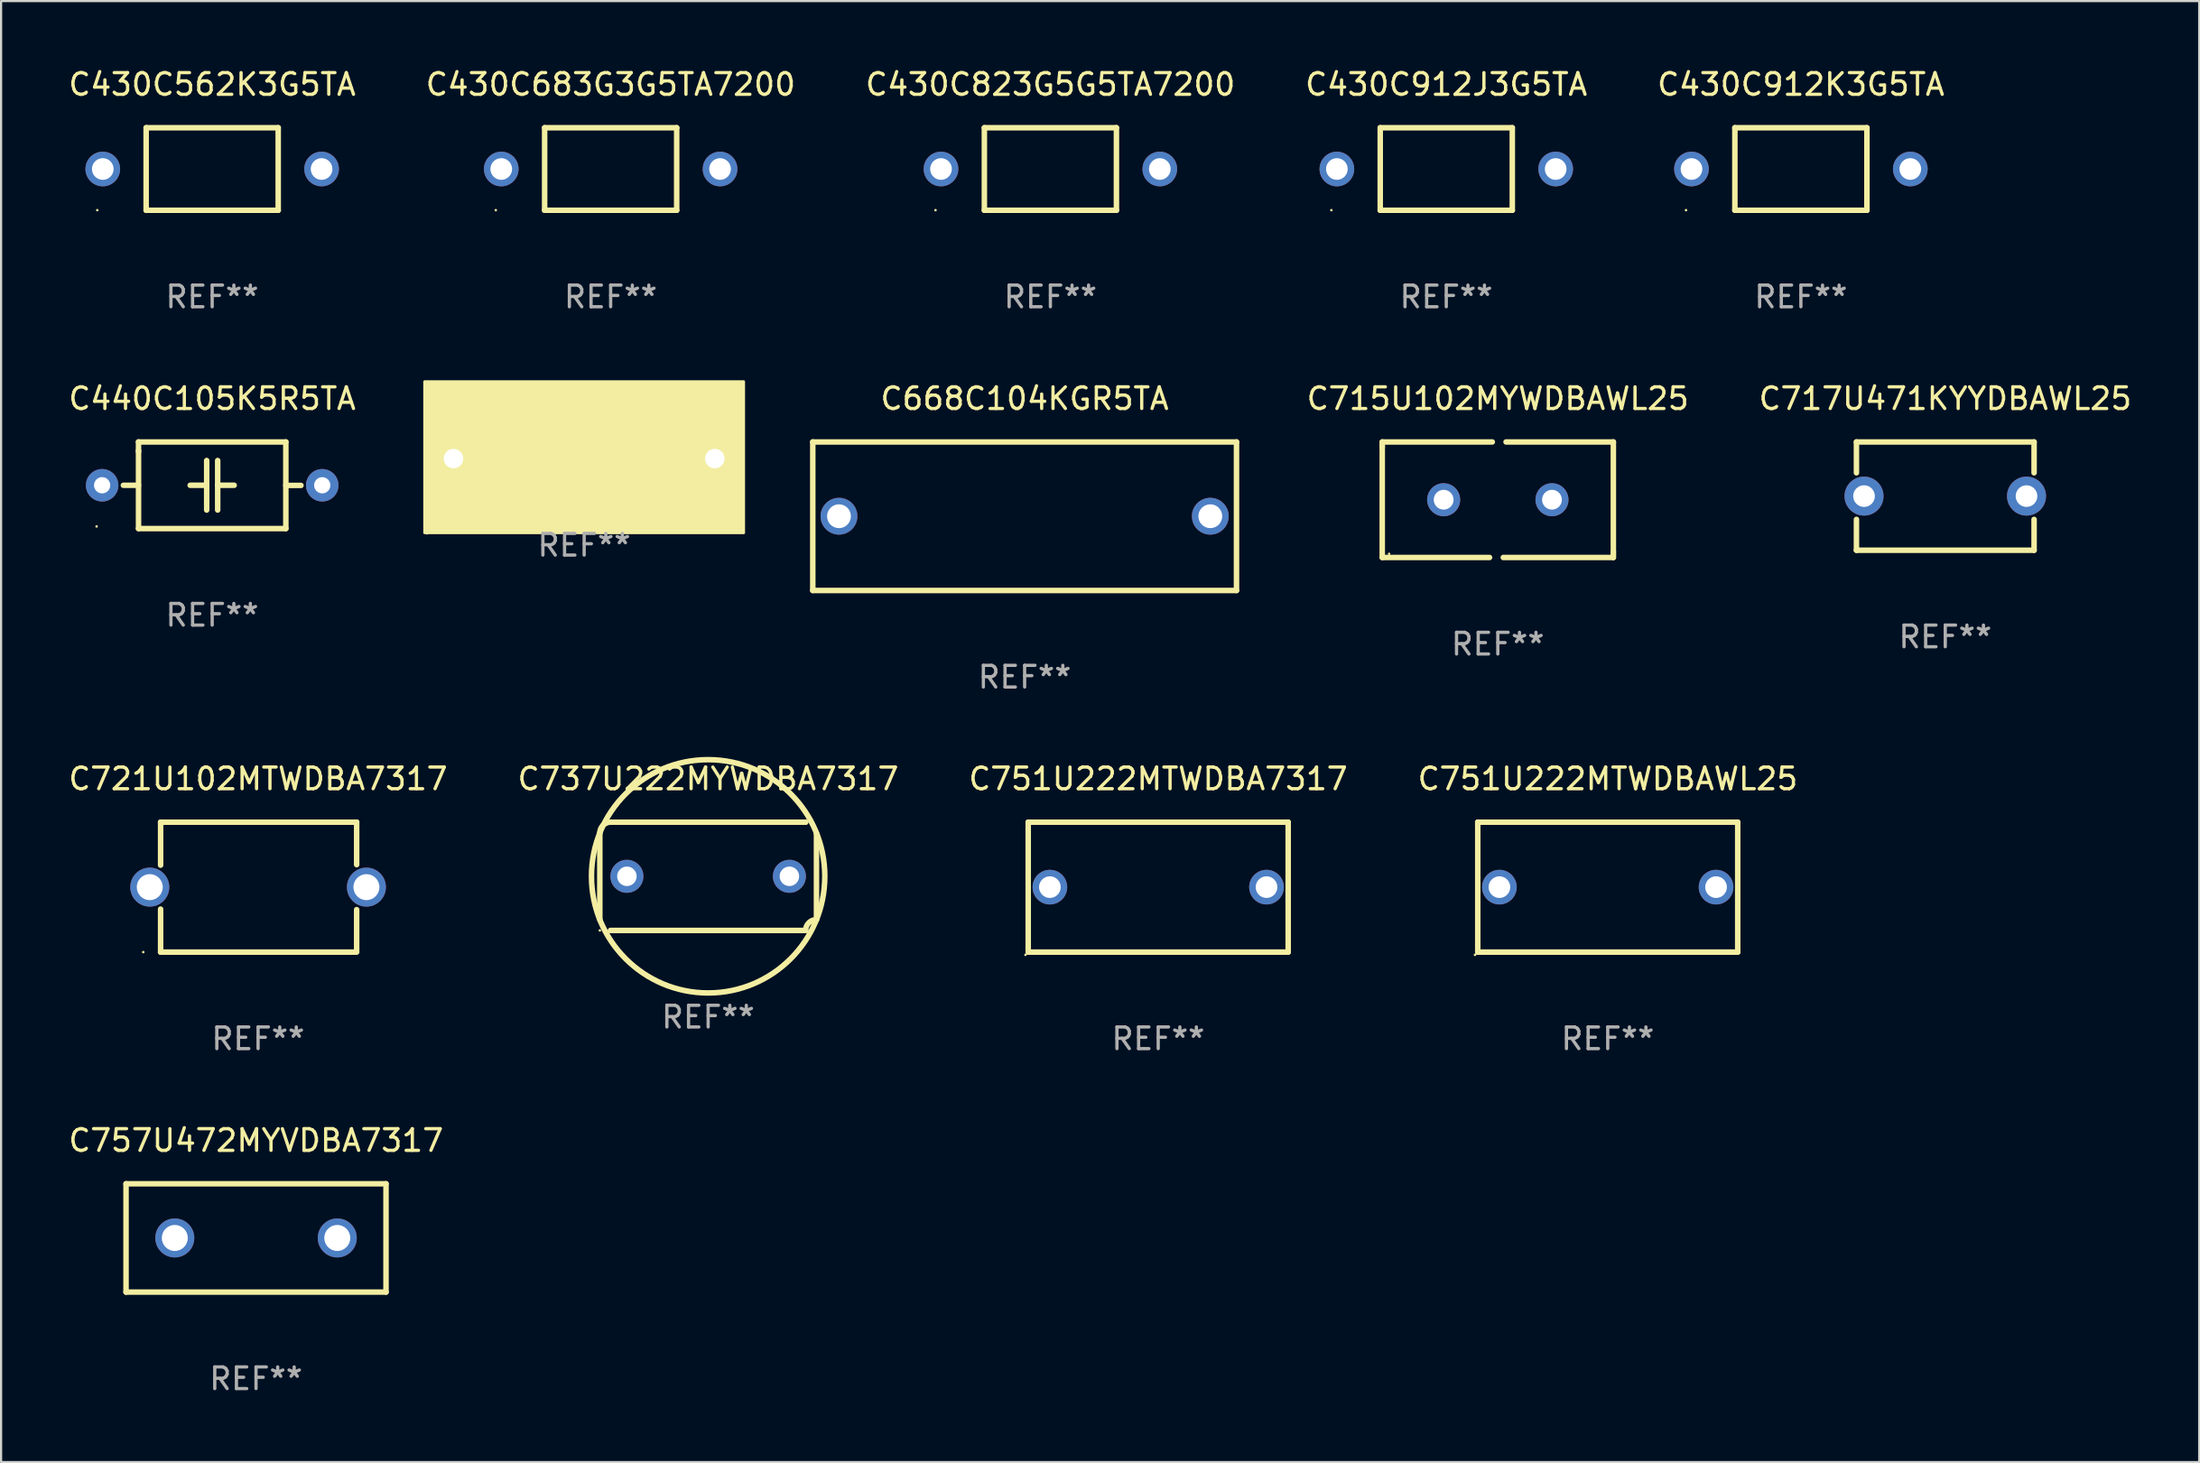
<source format=kicad_pcb>
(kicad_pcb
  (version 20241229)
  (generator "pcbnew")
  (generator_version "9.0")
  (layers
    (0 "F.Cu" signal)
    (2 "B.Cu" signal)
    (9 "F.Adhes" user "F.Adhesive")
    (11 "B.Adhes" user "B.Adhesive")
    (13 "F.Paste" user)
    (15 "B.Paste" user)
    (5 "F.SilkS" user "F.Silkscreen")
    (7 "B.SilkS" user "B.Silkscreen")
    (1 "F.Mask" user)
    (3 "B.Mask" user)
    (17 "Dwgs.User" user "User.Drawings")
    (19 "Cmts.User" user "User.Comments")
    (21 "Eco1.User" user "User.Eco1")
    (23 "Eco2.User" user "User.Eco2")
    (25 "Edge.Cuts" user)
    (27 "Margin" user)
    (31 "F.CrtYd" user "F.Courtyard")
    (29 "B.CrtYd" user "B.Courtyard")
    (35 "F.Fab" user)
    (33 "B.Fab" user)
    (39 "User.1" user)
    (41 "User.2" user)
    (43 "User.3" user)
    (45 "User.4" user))
  (footprint "C717U471KYYDBAWL25"
    (layer "F.Cu")
    (at 86.741 19.855)
    (property "Reference" "C717U471KYYDBAWL25" (at 0 -4.5 0) (layer "F.SilkS") (effects (font (size 1 1) (thickness 0.15))))
    (attr through_hole)
    (fp_line (start -4.1 -2.5) (end -4.1 -1.076) (stroke (width 0.254) (type solid)) (layer "F.SilkS"))
    (fp_line (start -4.1 -2.5) (end 4.1 -2.5) (stroke (width 0.254) (type solid)) (layer "F.SilkS"))
    (fp_line (start -4.1 1.076) (end -4.1 2.5) (stroke (width 0.254) (type solid)) (layer "F.SilkS"))
    (fp_line (start -4.1 2.5) (end 4.1 2.5) (stroke (width 0.254) (type solid)) (layer "F.SilkS"))
    (fp_line (start 4.1 -2.5) (end 4.1 -1.076) (stroke (width 0.254) (type solid)) (layer "F.SilkS"))
    (fp_line (start 4.1 1.076) (end 4.1 2.5) (stroke (width 0.254) (type solid)) (layer "F.SilkS"))
    (fp_circle (center -4.1 2.5) (end -4.07 2.5) (stroke (width 0.06) (type solid)) (fill no) (layer "F.SilkS"))
    (fp_text user "REF**" (at 0 6.5 0) (layer "F.Fab") (effects (font (size 1 1) (thickness 0.15))))
    (pad "1" thru_hole circle (at -3.75 0) (size 1.8 1.8) (drill 1) (layers "*.Cu" "*.Mask"))
    (pad "2" thru_hole circle (at 3.75 0) (size 1.8 1.8) (drill 1) (layers "*.Cu" "*.Mask")))
  (footprint "C668C104KGR5TA"
    (layer "F.Cu")
    (at 44.246 20.784)
    (property "Reference" "C668C104KGR5TA" (at 0 -5.429 0) (layer "F.SilkS") (effects (font (size 1 1) (thickness 0.15))))
    (attr through_hole)
    (fp_line (start -9.779 -3.429) (end 9.779 -3.429) (stroke (width 0.254) (type solid)) (layer "F.SilkS"))
    (fp_line (start -9.779 3.429) (end -9.779 -3.429) (stroke (width 0.254) (type solid)) (layer "F.SilkS"))
    (fp_line (start 9.779 -3.429) (end 9.779 3.429) (stroke (width 0.254) (type solid)) (layer "F.SilkS"))
    (fp_line (start 9.779 3.429) (end -9.779 3.429) (stroke (width 0.254) (type solid)) (layer "F.SilkS"))
    (fp_circle (center -9.8 3.45) (end -9.77 3.45) (stroke (width 0.06) (type solid)) (fill no) (layer "F.SilkS"))
    (fp_text user "REF**" (at 0 7.429 0) (layer "F.Fab") (effects (font (size 1 1) (thickness 0.15))))
    (pad "1" thru_hole circle (at -8.57 0) (size 1.7 1.7) (drill 1.1) (layers "*.Cu" "*.Mask"))
    (pad "2" thru_hole circle (at 8.57 0) (size 1.7 1.7) (drill 1.1) (layers "*.Cu" "*.Mask")))
  (footprint "C715U102MYWDBAWL25"
    (layer "F.Cu")
    (at 66.087 20.022)
    (property "Reference" "C715U102MYWDBAWL25" (at 0 -4.667 0) (layer "F.SilkS") (effects (font (size 1 1) (thickness 0.15))))
    (attr through_hole)
    (fp_line (start -5.334 -2.667) (end -0.254 -2.667) (stroke (width 0.254) (type solid)) (layer "F.SilkS"))
    (fp_line (start -5.334 -2.54) (end -5.334 -2.667) (stroke (width 0.254) (type solid)) (layer "F.SilkS"))
    (fp_line (start -5.334 -2.413) (end -5.334 -2.54) (stroke (width 0.254) (type solid)) (layer "F.SilkS"))
    (fp_line (start -5.334 2.667) (end -5.334 -2.413) (stroke (width 0.254) (type solid)) (layer "F.SilkS"))
    (fp_line (start -0.381 2.667) (end -5.334 2.667) (stroke (width 0.254) (type solid)) (layer "F.SilkS"))
    (fp_line (start 0.381 -2.667) (end 5.334 -2.667) (stroke (width 0.254) (type solid)) (layer "F.SilkS"))
    (fp_line (start 5.334 -2.667) (end 5.334 2.413) (stroke (width 0.254) (type solid)) (layer "F.SilkS"))
    (fp_line (start 5.334 2.413) (end 5.334 2.54) (stroke (width 0.254) (type solid)) (layer "F.SilkS"))
    (fp_line (start 5.334 2.54) (end 5.334 2.667) (stroke (width 0.254) (type solid)) (layer "F.SilkS"))
    (fp_line (start 5.334 2.667) (end 0.254 2.667) (stroke (width 0.254) (type solid)) (layer "F.SilkS"))
    (fp_circle (center -5.017 2.5) (end -4.987 2.5) (stroke (width 0.06) (type solid)) (fill no) (layer "F.SilkS"))
    (fp_text user "REF**" (at 0 6.667 0) (layer "F.Fab") (effects (font (size 1 1) (thickness 0.15))))
    (pad "1" thru_hole circle (at -2.5 0) (size 1.524 1.524) (drill 0.914) (layers "*.Cu" "*.Mask"))
    (pad "2" thru_hole circle (at 2.5 0) (size 1.524 1.524) (drill 0.914) (layers "*.Cu" "*.Mask")))
  (footprint "C647C105KCR5TA"
    (layer "F.Cu")
    (at 23.914 18.123)
    (property "Reference" "C647C105KCR5TA" (at 0 -2 0) (layer "F.SilkS") (effects (font (size 1 1) (thickness 0.15))))
    (attr through_hole)
    (fp_circle (center -7.25 3.45) (end -7.22 3.45) (stroke (width 0.06) (type solid)) (fill no) (layer "F.SilkS"))
    (fp_poly (pts (xy -7.366 -3.556) (xy 7.366 -3.556) (xy 7.366 3.429) (xy -7.366 3.429)) (stroke (width 0.12) (type solid)) (fill yes) (layer "F.SilkS"))
    (fp_text user "REF**" (at 0 4 0) (layer "F.Fab") (effects (font (size 1 1) (thickness 0.15))))
    (pad "1" thru_hole circle (at -6.03 0) (size 1.5 1.5) (drill 0.9) (layers "*.Cu" "*.Mask"))
    (pad "2" thru_hole circle (at 6.03 0) (size 1.5 1.5) (drill 0.9) (layers "*.Cu" "*.Mask")))
  (footprint "C721U102MTWDBA7317"
    (layer "F.Cu")
    (at 8.863 37.909)
    (property "Reference" "C721U102MTWDBA7317" (at 0 -5 0) (layer "F.SilkS") (effects (font (size 1 1) (thickness 0.15))))
    (attr through_hole)
    (fp_line (start -4.5 -3) (end -4.5 -1.014) (stroke (width 0.254) (type solid)) (layer "F.SilkS"))
    (fp_line (start -4.5 -3) (end 4.55 -3) (stroke (width 0.254) (type solid)) (layer "F.SilkS"))
    (fp_line (start -4.5 1.014) (end -4.5 3) (stroke (width 0.254) (type solid)) (layer "F.SilkS"))
    (fp_line (start -4.5 3) (end 4.5 3) (stroke (width 0.254) (type solid)) (layer "F.SilkS"))
    (fp_line (start 4.55 -3) (end 4.55 -1.038) (stroke (width 0.254) (type solid)) (layer "F.SilkS"))
    (fp_line (start 4.55 1.038) (end 4.55 3) (stroke (width 0.254) (type solid)) (layer "F.SilkS"))
    (fp_circle (center -5.3 3) (end -5.27 3) (stroke (width 0.06) (type solid)) (fill no) (layer "F.SilkS"))
    (fp_text user "REF**" (at 0 7 0) (layer "F.Fab") (effects (font (size 1 1) (thickness 0.15))))
    (pad "1" thru_hole circle (at -5 0) (size 1.8 1.8) (drill 1.2) (layers "*.Cu" "*.Mask"))
    (pad "2" thru_hole circle (at 5 0) (size 1.8 1.8) (drill 1.2) (layers "*.Cu" "*.Mask")))
  (footprint "C440C105K5R5TA"
    (layer "F.Cu")
    (at 6.744 19.355)
    (property "Reference" "C440C105K5R5TA" (at 0 -4 0) (layer "F.SilkS") (effects (font (size 1 1) (thickness 0.15))))
    (attr through_hole)
    (fp_line (start -3.4 -2) (end -3.4 -1.55) (stroke (width 0.254) (type solid)) (layer "F.SilkS"))
    (fp_line (start -3.4 -1.6) (end -3.4 2) (stroke (width 0.254) (type solid)) (layer "F.SilkS"))
    (fp_line (start -3.4 0.001) (end -4.099 0.001) (stroke (width 0.254) (type solid)) (layer "F.SilkS"))
    (fp_line (start -3.4 2) (end 3.4 2) (stroke (width 0.254) (type solid)) (layer "F.SilkS"))
    (fp_line (start -1.016 0) (end -0.254 0) (stroke (width 0.254) (type solid)) (layer "F.SilkS"))
    (fp_line (start -0.254 -1.143) (end -0.254 -0.036) (stroke (width 0.254) (type solid)) (layer "F.SilkS"))
    (fp_line (start -0.254 -0.036) (end -0.254 1.143) (stroke (width 0.254) (type solid)) (layer "F.SilkS"))
    (fp_line (start 0.254 1.143) (end 0.254 -1.143) (stroke (width 0.254) (type solid)) (layer "F.SilkS"))
    (fp_line (start 1.016 0) (end 0.254 0) (stroke (width 0.254) (type solid)) (layer "F.SilkS"))
    (fp_line (start 3.4 -2) (end -3.4 -2) (stroke (width 0.254) (type solid)) (layer "F.SilkS"))
    (fp_line (start 3.4 0.007) (end 4.099 0.007) (stroke (width 0.254) (type solid)) (layer "F.SilkS"))
    (fp_line (start 3.4 2) (end 3.4 -2) (stroke (width 0.254) (type solid)) (layer "F.SilkS"))
    (fp_circle (center -5.335 1.9) (end -5.305 1.9) (stroke (width 0.06) (type solid)) (fill no) (layer "F.SilkS"))
    (fp_text user "REF**" (at 0 6 0) (layer "F.Fab") (effects (font (size 1 1) (thickness 0.15))))
    (pad "1" thru_hole circle (at -5.08 0) (size 1.5 1.5) (drill 0.75) (layers "*.Cu" "*.Mask"))
    (pad "2" thru_hole circle (at 5.08 0) (size 1.5 1.5) (drill 0.75) (layers "*.Cu" "*.Mask")))
  (footprint "C430C562K3G5TA"
    (layer "F.Cu")
    (at 6.744 4.753)
    (property "Reference" "C430C562K3G5TA" (at 0 -3.905 0) (layer "F.SilkS") (effects (font (size 1 1) (thickness 0.15))))
    (attr through_hole)
    (fp_line (start -3.048 -1.905) (end -3.048 1.905) (stroke (width 0.254) (type solid)) (layer "F.SilkS"))
    (fp_line (start -3.048 1.905) (end 3.048 1.905) (stroke (width 0.254) (type solid)) (layer "F.SilkS"))
    (fp_line (start 3.048 -1.905) (end -3.048 -1.905) (stroke (width 0.254) (type solid)) (layer "F.SilkS"))
    (fp_line (start 3.048 1.905) (end 3.048 -1.905) (stroke (width 0.254) (type solid)) (layer "F.SilkS"))
    (fp_circle (center -5.303 1.9) (end -5.273 1.9) (stroke (width 0.06) (type solid)) (fill no) (layer "F.SilkS"))
    (fp_text user "REF**" (at 0 5.905 0) (layer "F.Fab") (effects (font (size 1 1) (thickness 0.15))))
    (pad "1" thru_hole circle (at -5.05 0) (size 1.6 1.6) (drill 1) (layers "*.Cu" "*.Mask"))
    (pad "2" thru_hole circle (at 5.05 0) (size 1.6 1.6) (drill 1) (layers "*.Cu" "*.Mask")))
  (footprint "C751U222MTWDBAWL25"
    (layer "F.Cu")
    (at 71.161 37.909)
    (property "Reference" "C751U222MTWDBAWL25" (at 0 -5 0) (layer "F.SilkS") (effects (font (size 1 1) (thickness 0.15))))
    (attr through_hole)
    (fp_line (start -6 -3) (end 6 -3) (stroke (width 0.254) (type solid)) (layer "F.SilkS"))
    (fp_line (start -6 3) (end -6 -3) (stroke (width 0.254) (type solid)) (layer "F.SilkS"))
    (fp_line (start 6 -3) (end 6 3) (stroke (width 0.254) (type solid)) (layer "F.SilkS"))
    (fp_line (start 6 3) (end -6 3) (stroke (width 0.254) (type solid)) (layer "F.SilkS"))
    (fp_circle (center -6.127 3.127) (end -6.097 3.127) (stroke (width 0.06) (type solid)) (fill no) (layer "F.SilkS"))
    (fp_text user "REF**" (at 0 7 0) (layer "F.Fab") (effects (font (size 1 1) (thickness 0.15))))
    (pad "1" thru_hole circle (at -5 0) (size 1.6 1.6) (drill 1) (layers "*.Cu" "*.Mask"))
    (pad "2" thru_hole circle (at 5 0) (size 1.6 1.6) (drill 1) (layers "*.Cu" "*.Mask")))
  (footprint "C430C683G3G5TA7200"
    (layer "F.Cu")
    (at 25.137 4.753)
    (property "Reference" "C430C683G3G5TA7200" (at 0 -3.905 0) (layer "F.SilkS") (effects (font (size 1 1) (thickness 0.15))))
    (attr through_hole)
    (fp_line (start -3.048 -1.905) (end -3.048 1.905) (stroke (width 0.254) (type solid)) (layer "F.SilkS"))
    (fp_line (start -3.048 1.905) (end 3.048 1.905) (stroke (width 0.254) (type solid)) (layer "F.SilkS"))
    (fp_line (start 3.048 -1.905) (end -3.048 -1.905) (stroke (width 0.254) (type solid)) (layer "F.SilkS"))
    (fp_line (start 3.048 1.905) (end 3.048 -1.905) (stroke (width 0.254) (type solid)) (layer "F.SilkS"))
    (fp_circle (center -5.303 1.9) (end -5.273 1.9) (stroke (width 0.06) (type solid)) (fill no) (layer "F.SilkS"))
    (fp_text user "REF**" (at 0 5.905 0) (layer "F.Fab") (effects (font (size 1 1) (thickness 0.15))))
    (pad "1" thru_hole circle (at -5.05 0) (size 1.6 1.6) (drill 1) (layers "*.Cu" "*.Mask"))
    (pad "2" thru_hole circle (at 5.05 0) (size 1.6 1.6) (drill 1) (layers "*.Cu" "*.Mask")))
  (footprint "C430C912K3G5TA"
    (layer "F.Cu")
    (at 80.077 4.753)
    (property "Reference" "C430C912K3G5TA" (at 0 -3.905 0) (layer "F.SilkS") (effects (font (size 1 1) (thickness 0.15))))
    (attr through_hole)
    (fp_line (start -3.048 -1.905) (end -3.048 1.905) (stroke (width 0.254) (type solid)) (layer "F.SilkS"))
    (fp_line (start -3.048 1.905) (end 3.048 1.905) (stroke (width 0.254) (type solid)) (layer "F.SilkS"))
    (fp_line (start 3.048 -1.905) (end -3.048 -1.905) (stroke (width 0.254) (type solid)) (layer "F.SilkS"))
    (fp_line (start 3.048 1.905) (end 3.048 -1.905) (stroke (width 0.254) (type solid)) (layer "F.SilkS"))
    (fp_circle (center -5.303 1.9) (end -5.273 1.9) (stroke (width 0.06) (type solid)) (fill no) (layer "F.SilkS"))
    (fp_text user "REF**" (at 0 5.905 0) (layer "F.Fab") (effects (font (size 1 1) (thickness 0.15))))
    (pad "1" thru_hole circle (at -5.05 0) (size 1.6 1.6) (drill 1) (layers "*.Cu" "*.Mask"))
    (pad "2" thru_hole circle (at 5.05 0) (size 1.6 1.6) (drill 1) (layers "*.Cu" "*.Mask")))
  (footprint "C751U222MTWDBA7317"
    (layer "F.Cu")
    (at 50.411 37.909)
    (property "Reference" "C751U222MTWDBA7317" (at 0 -5 0) (layer "F.SilkS") (effects (font (size 1 1) (thickness 0.15))))
    (attr through_hole)
    (fp_line (start -6 -3) (end 6 -3) (stroke (width 0.254) (type solid)) (layer "F.SilkS"))
    (fp_line (start -6 3) (end -6 -3) (stroke (width 0.254) (type solid)) (layer "F.SilkS"))
    (fp_line (start 6 -3) (end 6 3) (stroke (width 0.254) (type solid)) (layer "F.SilkS"))
    (fp_line (start 6 3) (end -6 3) (stroke (width 0.254) (type solid)) (layer "F.SilkS"))
    (fp_circle (center -6.127 3.127) (end -6.097 3.127) (stroke (width 0.06) (type solid)) (fill no) (layer "F.SilkS"))
    (fp_text user "REF**" (at 0 7 0) (layer "F.Fab") (effects (font (size 1 1) (thickness 0.15))))
    (pad "1" thru_hole circle (at -5 0) (size 1.6 1.6) (drill 1) (layers "*.Cu" "*.Mask"))
    (pad "2" thru_hole circle (at 5 0) (size 1.6 1.6) (drill 1) (layers "*.Cu" "*.Mask")))
  (footprint "C757U472MYVDBA7317"
    (layer "F.Cu")
    (at 8.768 54.106)
    (property "Reference" "C757U472MYVDBA7317" (at 0 -4.5 0) (layer "F.SilkS") (effects (font (size 1 1) (thickness 0.15))))
    (attr through_hole)
    (fp_line (start -6 -2.5) (end 6 -2.5) (stroke (width 0.254) (type solid)) (layer "F.SilkS"))
    (fp_line (start -6 2.5) (end -6 -2.5) (stroke (width 0.254) (type solid)) (layer "F.SilkS"))
    (fp_line (start 6 -2.5) (end 6 2.5) (stroke (width 0.254) (type solid)) (layer "F.SilkS"))
    (fp_line (start 6 2.5) (end -6 2.5) (stroke (width 0.254) (type solid)) (layer "F.SilkS"))
    (fp_circle (center -6 2.5) (end -5.97 2.5) (stroke (width 0.06) (type solid)) (fill no) (layer "F.SilkS"))
    (fp_text user "REF**" (at 0 6.5 0) (layer "F.Fab") (effects (font (size 1 1) (thickness 0.15))))
    (pad "1" thru_hole circle (at -3.75 0) (size 1.8 1.8) (drill 1.2) (layers "*.Cu" "*.Mask"))
    (pad "2" thru_hole circle (at 3.75 0) (size 1.8 1.8) (drill 1.2) (layers "*.Cu" "*.Mask")))
  (footprint "C430C912J3G5TA"
    (layer "F.Cu")
    (at 63.708 4.753)
    (property "Reference" "C430C912J3G5TA" (at 0 -3.905 0) (layer "F.SilkS") (effects (font (size 1 1) (thickness 0.15))))
    (attr through_hole)
    (fp_line (start -3.048 -1.905) (end -3.048 1.905) (stroke (width 0.254) (type solid)) (layer "F.SilkS"))
    (fp_line (start -3.048 1.905) (end 3.048 1.905) (stroke (width 0.254) (type solid)) (layer "F.SilkS"))
    (fp_line (start 3.048 -1.905) (end -3.048 -1.905) (stroke (width 0.254) (type solid)) (layer "F.SilkS"))
    (fp_line (start 3.048 1.905) (end 3.048 -1.905) (stroke (width 0.254) (type solid)) (layer "F.SilkS"))
    (fp_circle (center -5.303 1.9) (end -5.273 1.9) (stroke (width 0.06) (type solid)) (fill no) (layer "F.SilkS"))
    (fp_text user "REF**" (at 0 5.905 0) (layer "F.Fab") (effects (font (size 1 1) (thickness 0.15))))
    (pad "1" thru_hole circle (at -5.05 0) (size 1.6 1.6) (drill 1) (layers "*.Cu" "*.Mask"))
    (pad "2" thru_hole circle (at 5.05 0) (size 1.6 1.6) (drill 1) (layers "*.Cu" "*.Mask")))
  (footprint "C737U222MYWDBA7317"
    (layer "F.Cu")
    (at 29.637 37.409)
    (property "Reference" "C737U222MYWDBA7317" (at 0 -4.5 0) (layer "F.SilkS") (effects (font (size 1 1) (thickness 0.15))))
    (attr through_hole)
    (fp_line (start -5 2) (end -5 -2) (stroke (width 0.254) (type solid)) (layer "F.SilkS"))
    (fp_line (start -4.5 -2.5) (end 4.5 -2.5) (stroke (width 0.254) (type solid)) (layer "F.SilkS"))
    (fp_line (start -4.5 2.5) (end -4.5 2.5) (stroke (width 0.254) (type solid)) (layer "F.SilkS"))
    (fp_line (start 4.5 -2.5) (end 4.5 -2.5) (stroke (width 0.254) (type solid)) (layer "F.SilkS"))
    (fp_line (start 4.5 2.5) (end -4.5 2.5) (stroke (width 0.254) (type solid)) (layer "F.SilkS"))
    (fp_line (start 5 -2) (end 5 2) (stroke (width 0.254) (type solid)) (layer "F.SilkS"))
    (fp_arc (start -5.000052 -2.000038) (mid -4.8536 -2.353579) (end -4.500051 -2.500013) (stroke (width 0.254001) (type solid)) (layer "F.SilkS"))
    (fp_arc (start -5 2.000013) (mid 4.999978 -1.999991) (end -5 2.000013) (stroke (width 0.254001) (type solid)) (layer "F.SilkS"))
    (fp_arc (start 4.500051 2.499987) (mid 4.646507 2.14645) (end 5.000052 2.000013) (stroke (width 0.254001) (type solid)) (layer "F.SilkS"))
    (fp_circle (center -5 2.5) (end -4.97 2.5) (stroke (width 0.06) (type solid)) (fill no) (layer "F.SilkS"))
    (fp_text user "REF**" (at 0 6.5 0) (layer "F.Fab") (effects (font (size 1 1) (thickness 0.15))))
    (pad "1" thru_hole circle (at -3.75 -0.000013) (size 1.524 1.524) (drill 0.9) (layers "*.Cu" "*.Mask"))
    (pad "2" thru_hole circle (at 3.75 -0.000013) (size 1.524 1.524) (drill 0.9) (layers "*.Cu" "*.Mask")))
  (footprint "C430C823G5G5TA7200"
    (layer "F.Cu")
    (at 45.435 4.753)
    (property "Reference" "C430C823G5G5TA7200" (at 0 -3.905 0) (layer "F.SilkS") (effects (font (size 1 1) (thickness 0.15))))
    (attr through_hole)
    (fp_line (start -3.048 -1.905) (end -3.048 1.905) (stroke (width 0.254) (type solid)) (layer "F.SilkS"))
    (fp_line (start -3.048 1.905) (end 3.048 1.905) (stroke (width 0.254) (type solid)) (layer "F.SilkS"))
    (fp_line (start 3.048 -1.905) (end -3.048 -1.905) (stroke (width 0.254) (type solid)) (layer "F.SilkS"))
    (fp_line (start 3.048 1.905) (end 3.048 -1.905) (stroke (width 0.254) (type solid)) (layer "F.SilkS"))
    (fp_circle (center -5.303 1.9) (end -5.273 1.9) (stroke (width 0.06) (type solid)) (fill no) (layer "F.SilkS"))
    (fp_text user "REF**" (at 0 5.905 0) (layer "F.Fab") (effects (font (size 1 1) (thickness 0.15))))
    (pad "1" thru_hole circle (at -5.05 0) (size 1.6 1.6) (drill 1) (layers "*.Cu" "*.Mask"))
    (pad "2" thru_hole circle (at 5.05 0) (size 1.6 1.6) (drill 1) (layers "*.Cu" "*.Mask")))
  (gr_rect
    (start -3 -3)
    (end 98.462 64.454)
    (stroke (width 0.1) (type default))
    (fill no)
    (layer "Edge.Cuts")))
</source>
